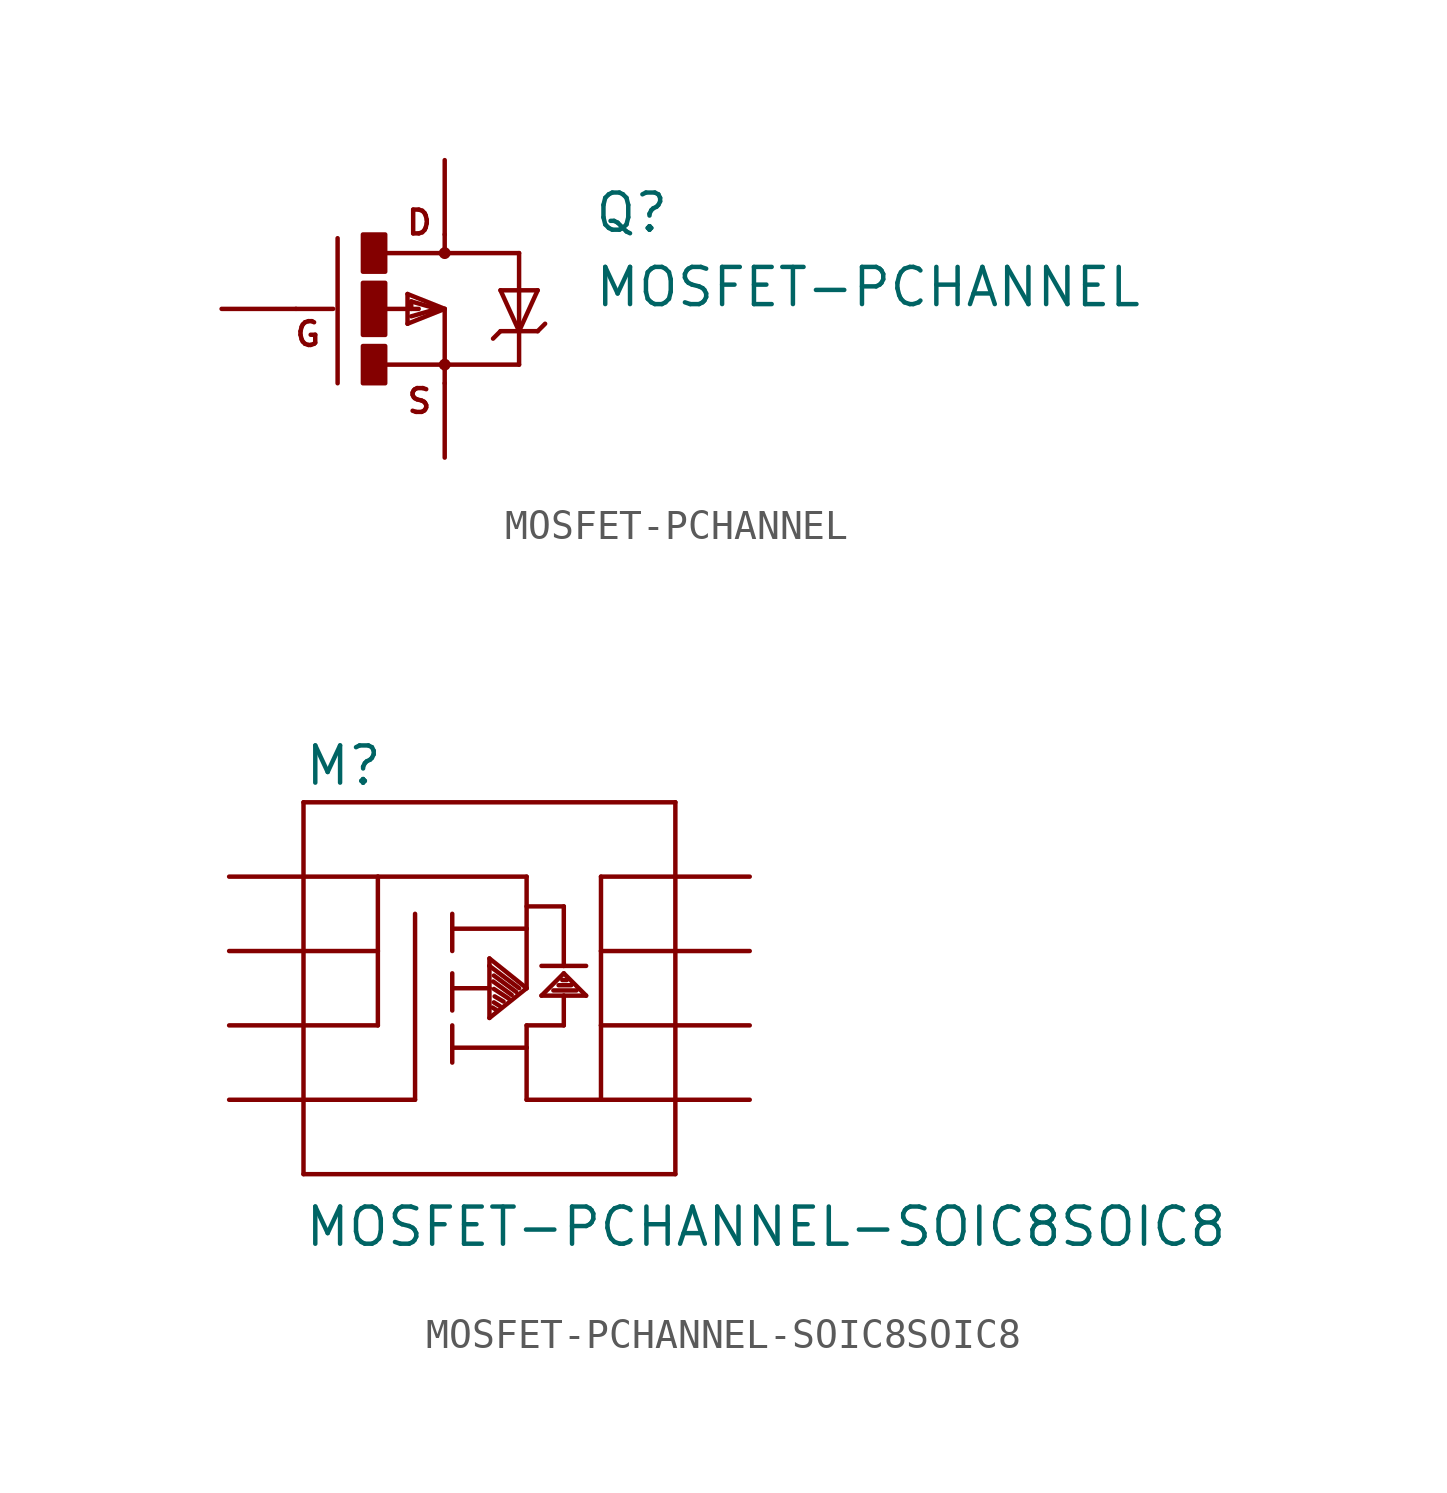
<source format=kicad_sym>
(kicad_symbol_lib
  (version 20211014)
  (generator kicad_symbol_editor)
  (symbol "MOSFET-PCHANNEL"
    (pin_numbers hide)
    (pin_names
      (offset 1.016) hide)
    (property "Reference" "Q"
      (at 5.08 2.54 0)
      (effects (font (size 1.27 1.27)) (justify left bottom)))
    (property "Value" "MOSFET-PCHANNEL"
      (at 5.08 0 0)
      (effects (font (size 1.27 1.27)) (justify left bottom)))
    (property "ki_locked" ""
      (at 0 0 0)
      (effects (font (size 1.27 1.27))))
    (symbol "MOSFET-PCHANNEL_1_0"
      (polyline (pts (xy -3.81 0) (xy -5.08 0)) (stroke (width 0) (type default) (color 0 0 0 0)) (fill (type none)))
      (polyline (pts (xy -3.658 2.413) (xy -3.658 -2.54)) (stroke (width 0) (type default) (color 0 0 0 0)) (fill (type none)))
      (polyline (pts (xy -2.032 -1.905) (xy 0 -1.905)) (stroke (width 0) (type default) (color 0 0 0 0)) (fill (type none)))
      (polyline (pts (xy -1.27 -0.508) (xy 0 0)) (stroke (width 0) (type default) (color 0 0 0 0)) (fill (type none)))
      (polyline (pts (xy -1.27 0.508) (xy -1.27 -0.508)) (stroke (width 0) (type default) (color 0 0 0 0)) (fill (type none)))
      (polyline (pts (xy -1.143 -0.254) (xy -0.254 0)) (stroke (width 0) (type default) (color 0 0 0 0)) (fill (type none)))
      (polyline (pts (xy -1.143 0) (xy -2.032 0)) (stroke (width 0) (type default) (color 0 0 0 0)) (fill (type none)))
      (polyline (pts (xy -1.143 0) (xy -0.889 0)) (stroke (width 0) (type default) (color 0 0 0 0)) (fill (type none)))
      (polyline (pts (xy -1.143 0.254) (xy -1.143 0)) (stroke (width 0) (type default) (color 0 0 0 0)) (fill (type none)))
      (polyline (pts (xy -0.254 0) (xy -1.143 0.254)) (stroke (width 0) (type default) (color 0 0 0 0)) (fill (type none)))
      (polyline (pts (xy 0 -1.905) (xy 0 -2.54)) (stroke (width 0) (type default) (color 0 0 0 0)) (fill (type none)))
      (polyline (pts (xy 0 0) (xy -1.27 0.508)) (stroke (width 0) (type default) (color 0 0 0 0)) (fill (type none)))
      (polyline (pts (xy 0 0) (xy 0 -1.905)) (stroke (width 0) (type default) (color 0 0 0 0)) (fill (type none)))
      (polyline (pts (xy 0 1.905) (xy -2.007 1.905)) (stroke (width 0) (type default) (color 0 0 0 0)) (fill (type none)))
      (polyline (pts (xy 0 1.905) (xy 2.54 1.905)) (stroke (width 0) (type default) (color 0 0 0 0)) (fill (type none)))
      (polyline (pts (xy 0 2.54) (xy 0 1.905)) (stroke (width 0) (type default) (color 0 0 0 0)) (fill (type none)))
      (polyline (pts (xy 1.905 -0.762) (xy 1.651 -1.016)) (stroke (width 0) (type default) (color 0 0 0 0)) (fill (type none)))
      (polyline (pts (xy 1.905 0.635) (xy 2.54 -0.762)) (stroke (width 0) (type default) (color 0 0 0 0)) (fill (type none)))
      (polyline (pts (xy 2.54 -1.905) (xy 0 -1.905)) (stroke (width 0) (type default) (color 0 0 0 0)) (fill (type none)))
      (polyline (pts (xy 2.54 -1.905) (xy 2.54 -0.762)) (stroke (width 0) (type default) (color 0 0 0 0)) (fill (type none)))
      (polyline (pts (xy 2.54 -0.762) (xy 1.905 -0.762)) (stroke (width 0) (type default) (color 0 0 0 0)) (fill (type none)))
      (polyline (pts (xy 2.54 -0.762) (xy 2.54 1.905)) (stroke (width 0) (type default) (color 0 0 0 0)) (fill (type none)))
      (polyline (pts (xy 2.54 -0.762) (xy 3.175 0.635)) (stroke (width 0) (type default) (color 0 0 0 0)) (fill (type none)))
      (polyline (pts (xy 3.175 -0.762) (xy 2.54 -0.762)) (stroke (width 0) (type default) (color 0 0 0 0)) (fill (type none)))
      (polyline (pts (xy 3.175 -0.762) (xy 3.429 -0.508)) (stroke (width 0) (type default) (color 0 0 0 0)) (fill (type none)))
      (polyline (pts (xy 3.175 0.635) (xy 1.905 0.635)) (stroke (width 0) (type default) (color 0 0 0 0)) (fill (type none)))
      (text "D" (at -0.864 2.946 0) (effects (font (size 0.813 0.813))))
      (text "G" (at -4.674 -0.864 0) (effects (font (size 0.813 0.813))))
      (text "S" (at -0.864 -3.15 0) (effects (font (size 0.813 0.813)))))
    (symbol "MOSFET-PCHANNEL_1_1"
      (rectangle (start -2.794 -2.54) (end -2.032 -1.27) (stroke (width 0) (type default) (color 0 0 0 0)) (fill (type outline)))
      (rectangle (start -2.794 -0.889) (end -2.032 0.889) (stroke (width 0) (type default) (color 0 0 0 0)) (fill (type outline)))
      (rectangle (start -2.794 1.27) (end -2.032 2.54) (stroke (width 0) (type default) (color 0 0 0 0)) (fill (type outline)))
      (circle (center 0 -1.905) (radius 0.127) (stroke (width 0) (type default) (color 0 0 0 0)) (fill (type outline)))
      (circle (center 0 1.905) (radius 0.127) (stroke (width 0) (type default) (color 0 0 0 0)) (fill (type outline)))
      (pin passive line (at -7.62 0 0) (length 2.54) (name "G" (effects (font (size 1.016 1.016)))) (number "1" (effects (font (size 1.016 1.016)))))
      (pin passive line (at 0 -5.08 90) (length 2.54) (name "S" (effects (font (size 1.016 1.016)))) (number "2" (effects (font (size 1.016 1.016)))))
      (pin passive line (at 0 5.08 270) (length 2.54) (name "D" (effects (font (size 1.016 1.016)))) (number "3" (effects (font (size 1.016 1.016)))))))
  (symbol "MOSFET-PCHANNEL-SOIC8SOIC8"
    (pin_numbers hide)
    (pin_names
      (offset 1.016) hide)
    (property "Reference" "M"
      (at -7.62 5.588 0)
      (effects (font (size 1.27 1.27)) (justify left bottom)))
    (property "Value" "MOSFET-PCHANNEL-SOIC8SOIC8"
      (at -7.62 -10.16 0)
      (effects (font (size 1.27 1.27)) (justify left bottom)))
    (property "ki_locked" ""
      (at 0 0 0)
      (effects (font (size 1.27 1.27))))
    (symbol "MOSFET-PCHANNEL-SOIC8SOIC8_1_0"
      (polyline (pts (xy -7.62 -7.62) (xy -7.62 -5.08)) (stroke (width 0) (type default) (color 0 0 0 0)) (fill (type none)))
      (polyline (pts (xy -7.62 -5.08) (xy -7.62 -2.54)) (stroke (width 0) (type default) (color 0 0 0 0)) (fill (type none)))
      (polyline (pts (xy -7.62 -5.08) (xy -3.81 -5.08)) (stroke (width 0) (type default) (color 0 0 0 0)) (fill (type none)))
      (polyline (pts (xy -7.62 -2.54) (xy -7.62 0)) (stroke (width 0) (type default) (color 0 0 0 0)) (fill (type none)))
      (polyline (pts (xy -7.62 -2.54) (xy -5.08 -2.54)) (stroke (width 0) (type default) (color 0 0 0 0)) (fill (type none)))
      (polyline (pts (xy -7.62 0) (xy -7.62 2.54)) (stroke (width 0) (type default) (color 0 0 0 0)) (fill (type none)))
      (polyline (pts (xy -7.62 0) (xy -5.08 0)) (stroke (width 0) (type default) (color 0 0 0 0)) (fill (type none)))
      (polyline (pts (xy -7.62 2.54) (xy -7.62 5.08)) (stroke (width 0) (type default) (color 0 0 0 0)) (fill (type none)))
      (polyline (pts (xy -7.62 5.08) (xy 5.08 5.08)) (stroke (width 0) (type default) (color 0 0 0 0)) (fill (type none)))
      (polyline (pts (xy -5.08 -2.54) (xy -5.08 0)) (stroke (width 0) (type default) (color 0 0 0 0)) (fill (type none)))
      (polyline (pts (xy -5.08 0) (xy -5.08 2.54)) (stroke (width 0) (type default) (color 0 0 0 0)) (fill (type none)))
      (polyline (pts (xy -5.08 2.54) (xy -7.62 2.54)) (stroke (width 0) (type default) (color 0 0 0 0)) (fill (type none)))
      (polyline (pts (xy -3.81 -5.08) (xy -3.81 1.27)) (stroke (width 0) (type default) (color 0 0 0 0)) (fill (type none)))
      (polyline (pts (xy -2.54 -3.302) (xy -2.54 -3.81)) (stroke (width 0) (type default) (color 0 0 0 0)) (fill (type none)))
      (polyline (pts (xy -2.54 -3.302) (xy 0 -3.302)) (stroke (width 0) (type default) (color 0 0 0 0)) (fill (type none)))
      (polyline (pts (xy -2.54 -2.54) (xy -2.54 -3.302)) (stroke (width 0) (type default) (color 0 0 0 0)) (fill (type none)))
      (polyline (pts (xy -2.54 -1.27) (xy -2.54 -2.032)) (stroke (width 0) (type default) (color 0 0 0 0)) (fill (type none)))
      (polyline (pts (xy -2.54 -1.27) (xy -1.27 -1.27)) (stroke (width 0) (type default) (color 0 0 0 0)) (fill (type none)))
      (polyline (pts (xy -2.54 -0.762) (xy -2.54 -1.27)) (stroke (width 0) (type default) (color 0 0 0 0)) (fill (type none)))
      (polyline (pts (xy -2.54 0.762) (xy -2.54 0)) (stroke (width 0) (type default) (color 0 0 0 0)) (fill (type none)))
      (polyline (pts (xy -2.54 0.762) (xy 0 0.762)) (stroke (width 0) (type default) (color 0 0 0 0)) (fill (type none)))
      (polyline (pts (xy -2.54 1.27) (xy -2.54 0.762)) (stroke (width 0) (type default) (color 0 0 0 0)) (fill (type none)))
      (polyline (pts (xy -1.27 -2.286) (xy 0 -1.27)) (stroke (width 0) (type default) (color 0 0 0 0)) (fill (type none)))
      (polyline (pts (xy -1.27 -1.27) (xy -1.27 -2.286)) (stroke (width 0) (type default) (color 0 0 0 0)) (fill (type none)))
      (polyline (pts (xy -1.27 -0.508) (xy -1.27 -1.27)) (stroke (width 0) (type default) (color 0 0 0 0)) (fill (type none)))
      (polyline (pts (xy -1.27 -0.254) (xy -1.27 -0.508)) (stroke (width 0) (type default) (color 0 0 0 0)) (fill (type none)))
      (polyline (pts (xy -1.041 -2.007) (xy -1.168 -1.93)) (stroke (width 0) (type default) (color 0 0 0 0)) (fill (type none)))
      (polyline (pts (xy -0.914 -1.88) (xy -1.118 -1.753)) (stroke (width 0) (type default) (color 0 0 0 0)) (fill (type none)))
      (polyline (pts (xy -0.787 -1.727) (xy -1.092 -1.549)) (stroke (width 0) (type default) (color 0 0 0 0)) (fill (type none)))
      (polyline (pts (xy -0.61 -1.626) (xy -1.118 -1.295)) (stroke (width 0) (type default) (color 0 0 0 0)) (fill (type none)))
      (polyline (pts (xy -0.508 -1.499) (xy -1.143 -1.041)) (stroke (width 0) (type default) (color 0 0 0 0)) (fill (type none)))
      (polyline (pts (xy -0.356 -1.397) (xy -1.118 -0.838)) (stroke (width 0) (type default) (color 0 0 0 0)) (fill (type none)))
      (polyline (pts (xy -0.254 -1.27) (xy -1.27 -0.508)) (stroke (width 0) (type default) (color 0 0 0 0)) (fill (type none)))
      (polyline (pts (xy 0 -5.08) (xy 0 -3.302)) (stroke (width 0) (type default) (color 0 0 0 0)) (fill (type none)))
      (polyline (pts (xy 0 -3.302) (xy 0 -2.54)) (stroke (width 0) (type default) (color 0 0 0 0)) (fill (type none)))
      (polyline (pts (xy 0 -2.54) (xy 1.27 -2.54)) (stroke (width 0) (type default) (color 0 0 0 0)) (fill (type none)))
      (polyline (pts (xy 0 -1.27) (xy -1.27 -0.254)) (stroke (width 0) (type default) (color 0 0 0 0)) (fill (type none)))
      (polyline (pts (xy 0 -1.27) (xy 0 0.762)) (stroke (width 0) (type default) (color 0 0 0 0)) (fill (type none)))
      (polyline (pts (xy 0 0.762) (xy 0 2.54)) (stroke (width 0) (type default) (color 0 0 0 0)) (fill (type none)))
      (polyline (pts (xy 0 2.54) (xy -5.08 2.54)) (stroke (width 0) (type default) (color 0 0 0 0)) (fill (type none)))
      (polyline (pts (xy 0.508 -1.524) (xy 1.27 -0.762)) (stroke (width 0) (type default) (color 0 0 0 0)) (fill (type none)))
      (polyline (pts (xy 1.27 -2.54) (xy 1.27 -1.524)) (stroke (width 0) (type default) (color 0 0 0 0)) (fill (type none)))
      (polyline (pts (xy 1.27 -1.524) (xy 0.508 -1.524)) (stroke (width 0) (type default) (color 0 0 0 0)) (fill (type none)))
      (polyline (pts (xy 1.27 -0.762) (xy 2.032 -1.524)) (stroke (width 0) (type default) (color 0 0 0 0)) (fill (type none)))
      (polyline (pts (xy 1.27 -0.508) (xy 0.508 -0.508)) (stroke (width 0) (type default) (color 0 0 0 0)) (fill (type none)))
      (polyline (pts (xy 1.27 -0.508) (xy 1.27 1.524)) (stroke (width 0) (type default) (color 0 0 0 0)) (fill (type none)))
      (polyline (pts (xy 1.27 1.524) (xy 0 1.524)) (stroke (width 0) (type default) (color 0 0 0 0)) (fill (type none)))
      (polyline (pts (xy 1.372 -0.991) (xy 1.219 -0.991)) (stroke (width 0) (type default) (color 0 0 0 0)) (fill (type none)))
      (polyline (pts (xy 1.524 -1.168) (xy 1.092 -1.168)) (stroke (width 0) (type default) (color 0 0 0 0)) (fill (type none)))
      (polyline (pts (xy 1.702 -1.346) (xy 0.914 -1.346)) (stroke (width 0) (type default) (color 0 0 0 0)) (fill (type none)))
      (polyline (pts (xy 2.032 -1.524) (xy 1.27 -1.524)) (stroke (width 0) (type default) (color 0 0 0 0)) (fill (type none)))
      (polyline (pts (xy 2.032 -0.508) (xy 1.27 -0.508)) (stroke (width 0) (type default) (color 0 0 0 0)) (fill (type none)))
      (polyline (pts (xy 2.54 -5.08) (xy 0 -5.08)) (stroke (width 0) (type default) (color 0 0 0 0)) (fill (type none)))
      (polyline (pts (xy 2.54 -5.08) (xy 2.54 -2.54)) (stroke (width 0) (type default) (color 0 0 0 0)) (fill (type none)))
      (polyline (pts (xy 2.54 -5.08) (xy 5.08 -5.08)) (stroke (width 0) (type default) (color 0 0 0 0)) (fill (type none)))
      (polyline (pts (xy 2.54 -2.54) (xy 2.54 0)) (stroke (width 0) (type default) (color 0 0 0 0)) (fill (type none)))
      (polyline (pts (xy 2.54 -2.54) (xy 5.08 -2.54)) (stroke (width 0) (type default) (color 0 0 0 0)) (fill (type none)))
      (polyline (pts (xy 2.54 0) (xy 2.54 2.54)) (stroke (width 0) (type default) (color 0 0 0 0)) (fill (type none)))
      (polyline (pts (xy 2.54 0) (xy 5.08 0)) (stroke (width 0) (type default) (color 0 0 0 0)) (fill (type none)))
      (polyline (pts (xy 2.54 2.54) (xy 5.08 2.54)) (stroke (width 0) (type default) (color 0 0 0 0)) (fill (type none)))
      (polyline (pts (xy 5.08 -7.62) (xy -7.62 -7.62)) (stroke (width 0) (type default) (color 0 0 0 0)) (fill (type none)))
      (polyline (pts (xy 5.08 -5.08) (xy 5.08 -7.62)) (stroke (width 0) (type default) (color 0 0 0 0)) (fill (type none)))
      (polyline (pts (xy 5.08 -2.54) (xy 5.08 -5.08)) (stroke (width 0) (type default) (color 0 0 0 0)) (fill (type none)))
      (polyline (pts (xy 5.08 0) (xy 5.08 -2.54)) (stroke (width 0) (type default) (color 0 0 0 0)) (fill (type none)))
      (polyline (pts (xy 5.08 2.54) (xy 5.08 0)) (stroke (width 0) (type default) (color 0 0 0 0)) (fill (type none)))
      (polyline (pts (xy 5.08 5.08) (xy 5.08 2.54)) (stroke (width 0) (type default) (color 0 0 0 0)) (fill (type none))))
    (symbol "MOSFET-PCHANNEL-SOIC8SOIC8_1_1"
      (pin bidirectional line (at -10.16 2.54 0) (length 2.54) (name "S" (effects (font (size 1.016 1.016)))) (number "1" (effects (font (size 1.016 1.016)))))
      (pin bidirectional line (at -10.16 0 0) (length 2.54) (name "S" (effects (font (size 1.016 1.016)))) (number "2" (effects (font (size 1.016 1.016)))))
      (pin bidirectional line (at -10.16 -2.54 0) (length 2.54) (name "S" (effects (font (size 1.016 1.016)))) (number "3" (effects (font (size 1.016 1.016)))))
      (pin bidirectional line (at -10.16 -5.08 0) (length 2.54) (name "G" (effects (font (size 1.016 1.016)))) (number "4" (effects (font (size 1.016 1.016)))))
      (pin bidirectional line (at 7.62 -5.08 180) (length 2.54) (name "D" (effects (font (size 1.016 1.016)))) (number "5" (effects (font (size 1.016 1.016)))))
      (pin bidirectional line (at 7.62 -2.54 180) (length 2.54) (name "D" (effects (font (size 1.016 1.016)))) (number "6" (effects (font (size 1.016 1.016)))))
      (pin bidirectional line (at 7.62 0 180) (length 2.54) (name "D" (effects (font (size 1.016 1.016)))) (number "7" (effects (font (size 1.016 1.016)))))
      (pin bidirectional line (at 7.62 2.54 180) (length 2.54) (name "D" (effects (font (size 1.016 1.016)))) (number "8" (effects (font (size 1.016 1.016))))))))
</source>
